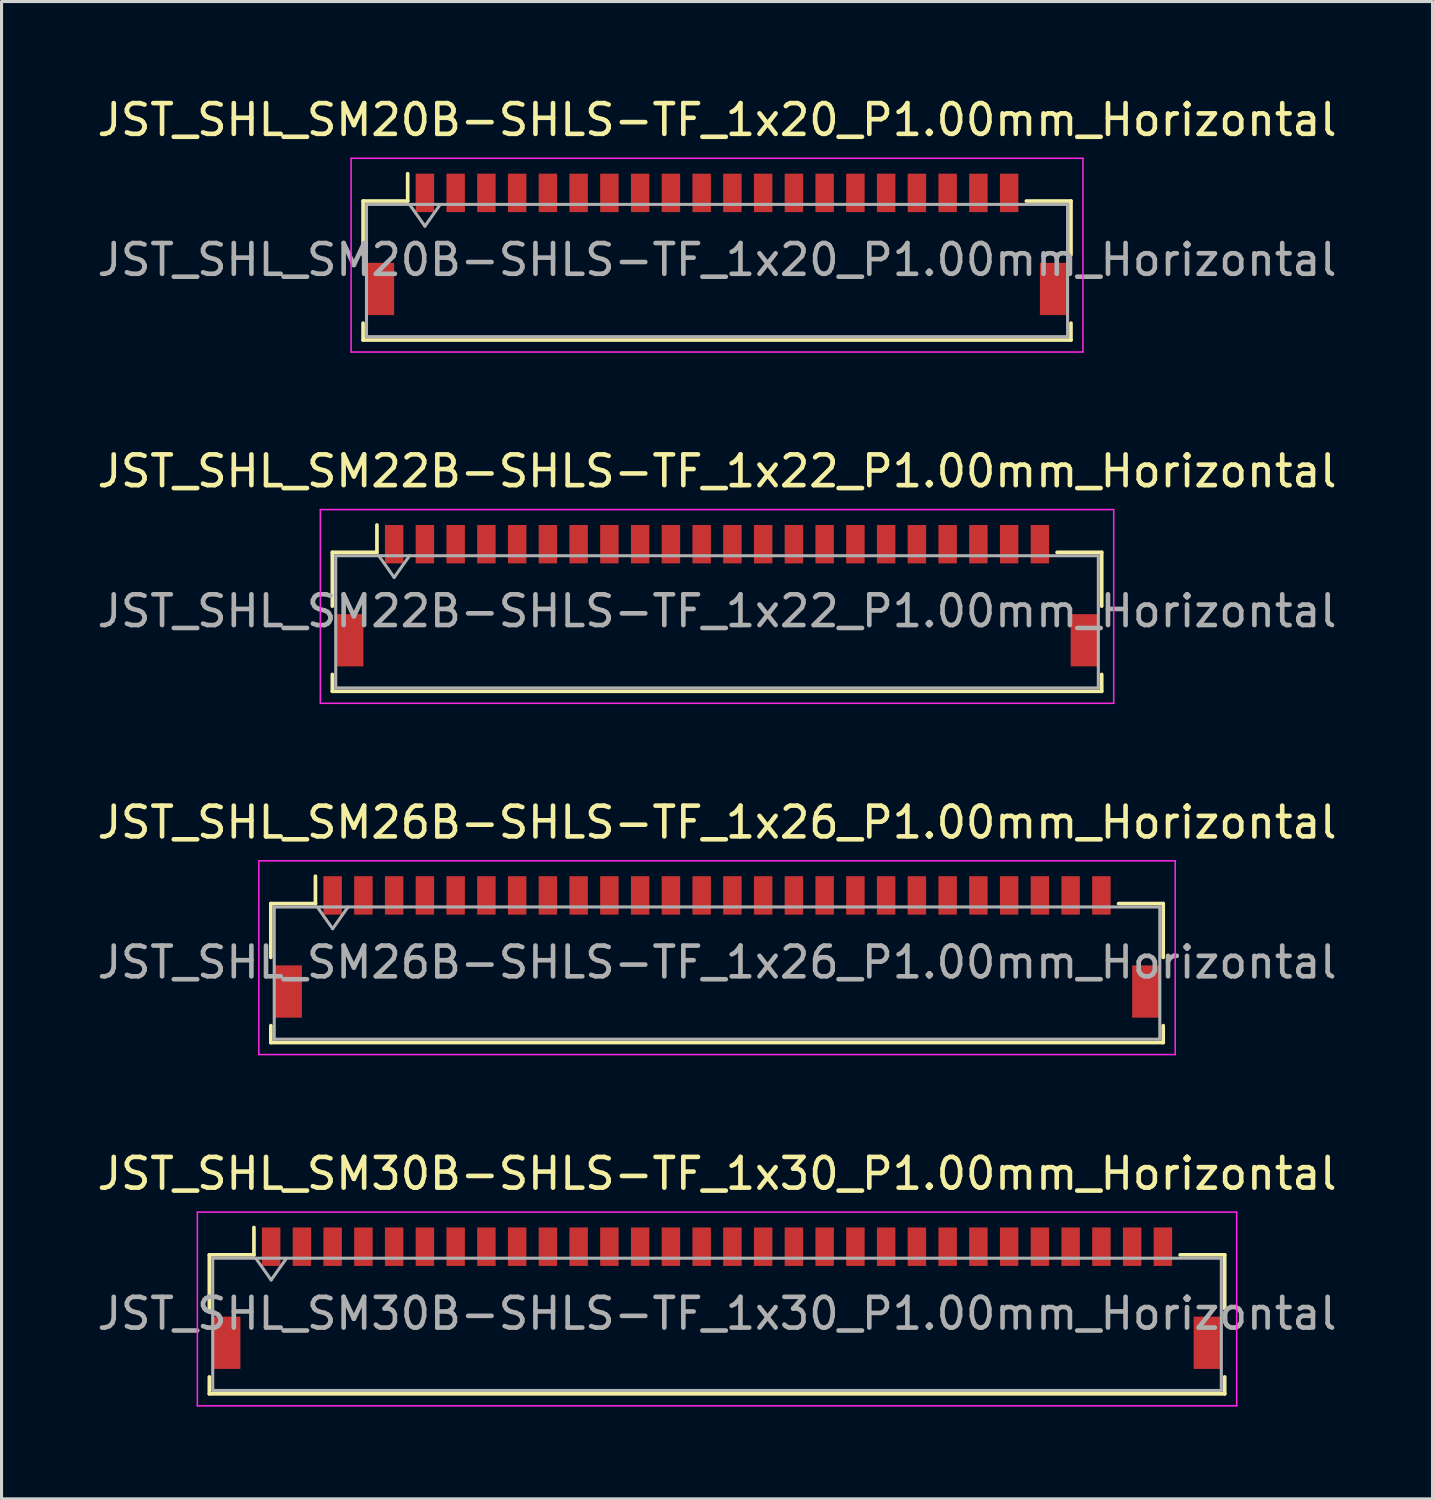
<source format=kicad_pcb>
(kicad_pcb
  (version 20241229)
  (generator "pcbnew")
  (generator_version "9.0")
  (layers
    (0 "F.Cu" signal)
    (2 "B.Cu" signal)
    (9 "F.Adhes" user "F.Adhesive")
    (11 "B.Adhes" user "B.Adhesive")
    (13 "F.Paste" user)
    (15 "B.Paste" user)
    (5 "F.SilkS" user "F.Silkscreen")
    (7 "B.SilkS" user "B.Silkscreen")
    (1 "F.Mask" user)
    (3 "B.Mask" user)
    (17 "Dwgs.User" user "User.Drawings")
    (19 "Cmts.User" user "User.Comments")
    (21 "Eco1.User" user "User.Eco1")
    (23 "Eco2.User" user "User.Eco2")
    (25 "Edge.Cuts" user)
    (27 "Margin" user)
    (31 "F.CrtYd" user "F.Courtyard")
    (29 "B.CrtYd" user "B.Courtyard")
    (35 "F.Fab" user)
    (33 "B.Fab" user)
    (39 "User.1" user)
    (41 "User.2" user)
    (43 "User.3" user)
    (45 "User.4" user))
  (footprint "JST_SHL_SM22B-SHLS-TF_1x22_P1.00mm_Horizontal"
    (layer "F.Cu")
    (at 20.268 16.322)
    (property "Reference" "JST_SHL_SM22B-SHLS-TF_1x22_P1.00mm_Horizontal" (at 0 -4.05 0) (layer "F.SilkS") (effects (font (size 1 1) (thickness 0.15))))
    (attr smd)
    (fp_line (start -12.51 -1.41) (end -11.06 -1.41) (stroke (width 0.12) (type solid)) (layer "F.SilkS"))
    (fp_line (start -12.51 0.34) (end -12.51 -1.41) (stroke (width 0.12) (type solid)) (layer "F.SilkS"))
    (fp_line (start -12.51 2.56) (end -12.51 3.11) (stroke (width 0.12) (type solid)) (layer "F.SilkS"))
    (fp_line (start -12.51 3.11) (end 12.51 3.11) (stroke (width 0.12) (type solid)) (layer "F.SilkS"))
    (fp_line (start -11.06 -1.41) (end -11.06 -2.3) (stroke (width 0.12) (type solid)) (layer "F.SilkS"))
    (fp_line (start 12.51 -1.41) (end 11.06 -1.41) (stroke (width 0.12) (type solid)) (layer "F.SilkS"))
    (fp_line (start 12.51 0.34) (end 12.51 -1.41) (stroke (width 0.12) (type solid)) (layer "F.SilkS"))
    (fp_line (start 12.51 3.11) (end 12.51 2.56) (stroke (width 0.12) (type solid)) (layer "F.SilkS"))
    (fp_line (start -12.9 -2.8) (end -12.9 3.5) (stroke (width 0.05) (type solid)) (layer "F.CrtYd"))
    (fp_line (start -12.9 3.5) (end 12.9 3.5) (stroke (width 0.05) (type solid)) (layer "F.CrtYd"))
    (fp_line (start 12.9 -2.8) (end -12.9 -2.8) (stroke (width 0.05) (type solid)) (layer "F.CrtYd"))
    (fp_line (start 12.9 3.5) (end 12.9 -2.8) (stroke (width 0.05) (type solid)) (layer "F.CrtYd"))
    (fp_line (start -12.4 -1.3) (end -12.4 3) (stroke (width 0.1) (type solid)) (layer "F.Fab"))
    (fp_line (start -12.4 -1.3) (end 12.4 -1.3) (stroke (width 0.1) (type solid)) (layer "F.Fab"))
    (fp_line (start -12.4 3) (end 12.4 3) (stroke (width 0.1) (type solid)) (layer "F.Fab"))
    (fp_line (start -11 -1.3) (end -10.5 -0.593) (stroke (width 0.1) (type solid)) (layer "F.Fab"))
    (fp_line (start -10.5 -0.593) (end -10 -1.3) (stroke (width 0.1) (type solid)) (layer "F.Fab"))
    (fp_line (start 12.4 -1.3) (end 12.4 3) (stroke (width 0.1) (type solid)) (layer "F.Fab"))
    (fp_text user "${REFERENCE}" (at 0 0.5 0) (layer "F.Fab") (effects (font (size 1 1) (thickness 0.15))))
    (pad "" smd rect (at -11.95 1.45) (size 0.9 1.7) (layers "F.Cu" "F.Mask" "F.Paste"))
    (pad "" smd rect (at 11.95 1.45) (size 0.9 1.7) (layers "F.Cu" "F.Mask" "F.Paste"))
    (pad "1" smd rect (at -10.5 -1.675) (size 0.6 1.25) (layers "F.Cu" "F.Mask" "F.Paste"))
    (pad "2" smd rect (at -9.5 -1.675) (size 0.6 1.25) (layers "F.Cu" "F.Mask" "F.Paste"))
    (pad "3" smd rect (at -8.5 -1.675) (size 0.6 1.25) (layers "F.Cu" "F.Mask" "F.Paste"))
    (pad "4" smd rect (at -7.5 -1.675) (size 0.6 1.25) (layers "F.Cu" "F.Mask" "F.Paste"))
    (pad "5" smd rect (at -6.5 -1.675) (size 0.6 1.25) (layers "F.Cu" "F.Mask" "F.Paste"))
    (pad "6" smd rect (at -5.5 -1.675) (size 0.6 1.25) (layers "F.Cu" "F.Mask" "F.Paste"))
    (pad "7" smd rect (at -4.5 -1.675) (size 0.6 1.25) (layers "F.Cu" "F.Mask" "F.Paste"))
    (pad "8" smd rect (at -3.5 -1.675) (size 0.6 1.25) (layers "F.Cu" "F.Mask" "F.Paste"))
    (pad "9" smd rect (at -2.5 -1.675) (size 0.6 1.25) (layers "F.Cu" "F.Mask" "F.Paste"))
    (pad "10" smd rect (at -1.5 -1.675) (size 0.6 1.25) (layers "F.Cu" "F.Mask" "F.Paste"))
    (pad "11" smd rect (at -0.5 -1.675) (size 0.6 1.25) (layers "F.Cu" "F.Mask" "F.Paste"))
    (pad "12" smd rect (at 0.5 -1.675) (size 0.6 1.25) (layers "F.Cu" "F.Mask" "F.Paste"))
    (pad "13" smd rect (at 1.5 -1.675) (size 0.6 1.25) (layers "F.Cu" "F.Mask" "F.Paste"))
    (pad "14" smd rect (at 2.5 -1.675) (size 0.6 1.25) (layers "F.Cu" "F.Mask" "F.Paste"))
    (pad "15" smd rect (at 3.5 -1.675) (size 0.6 1.25) (layers "F.Cu" "F.Mask" "F.Paste"))
    (pad "16" smd rect (at 4.5 -1.675) (size 0.6 1.25) (layers "F.Cu" "F.Mask" "F.Paste"))
    (pad "17" smd rect (at 5.5 -1.675) (size 0.6 1.25) (layers "F.Cu" "F.Mask" "F.Paste"))
    (pad "18" smd rect (at 6.5 -1.675) (size 0.6 1.25) (layers "F.Cu" "F.Mask" "F.Paste"))
    (pad "19" smd rect (at 7.5 -1.675) (size 0.6 1.25) (layers "F.Cu" "F.Mask" "F.Paste"))
    (pad "20" smd rect (at 8.5 -1.675) (size 0.6 1.25) (layers "F.Cu" "F.Mask" "F.Paste"))
    (pad "21" smd rect (at 9.5 -1.675) (size 0.6 1.25) (layers "F.Cu" "F.Mask" "F.Paste"))
    (pad "22" smd rect (at 10.5 -1.675) (size 0.6 1.25) (layers "F.Cu" "F.Mask" "F.Paste")))
  (footprint "JST_SHL_SM30B-SHLS-TF_1x30_P1.00mm_Horizontal"
    (layer "F.Cu")
    (at 20.268 39.168)
    (property "Reference" "JST_SHL_SM30B-SHLS-TF_1x30_P1.00mm_Horizontal" (at 0 -4.05 0) (layer "F.SilkS") (effects (font (size 1 1) (thickness 0.15))))
    (attr smd)
    (fp_line (start -16.51 -1.41) (end -15.06 -1.41) (stroke (width 0.12) (type solid)) (layer "F.SilkS"))
    (fp_line (start -16.51 0.34) (end -16.51 -1.41) (stroke (width 0.12) (type solid)) (layer "F.SilkS"))
    (fp_line (start -16.51 2.56) (end -16.51 3.11) (stroke (width 0.12) (type solid)) (layer "F.SilkS"))
    (fp_line (start -16.51 3.11) (end 16.51 3.11) (stroke (width 0.12) (type solid)) (layer "F.SilkS"))
    (fp_line (start -15.06 -1.41) (end -15.06 -2.3) (stroke (width 0.12) (type solid)) (layer "F.SilkS"))
    (fp_line (start 16.51 -1.41) (end 15.06 -1.41) (stroke (width 0.12) (type solid)) (layer "F.SilkS"))
    (fp_line (start 16.51 0.34) (end 16.51 -1.41) (stroke (width 0.12) (type solid)) (layer "F.SilkS"))
    (fp_line (start 16.51 3.11) (end 16.51 2.56) (stroke (width 0.12) (type solid)) (layer "F.SilkS"))
    (fp_line (start -16.9 -2.8) (end -16.9 3.5) (stroke (width 0.05) (type solid)) (layer "F.CrtYd"))
    (fp_line (start -16.9 3.5) (end 16.9 3.5) (stroke (width 0.05) (type solid)) (layer "F.CrtYd"))
    (fp_line (start 16.9 -2.8) (end -16.9 -2.8) (stroke (width 0.05) (type solid)) (layer "F.CrtYd"))
    (fp_line (start 16.9 3.5) (end 16.9 -2.8) (stroke (width 0.05) (type solid)) (layer "F.CrtYd"))
    (fp_line (start -16.4 -1.3) (end -16.4 3) (stroke (width 0.1) (type solid)) (layer "F.Fab"))
    (fp_line (start -16.4 -1.3) (end 16.4 -1.3) (stroke (width 0.1) (type solid)) (layer "F.Fab"))
    (fp_line (start -16.4 3) (end 16.4 3) (stroke (width 0.1) (type solid)) (layer "F.Fab"))
    (fp_line (start -15 -1.3) (end -14.5 -0.593) (stroke (width 0.1) (type solid)) (layer "F.Fab"))
    (fp_line (start -14.5 -0.593) (end -14 -1.3) (stroke (width 0.1) (type solid)) (layer "F.Fab"))
    (fp_line (start 16.4 -1.3) (end 16.4 3) (stroke (width 0.1) (type solid)) (layer "F.Fab"))
    (fp_text user "${REFERENCE}" (at 0 0.5 0) (layer "F.Fab") (effects (font (size 1 1) (thickness 0.15))))
    (pad "" smd rect (at -15.95 1.45) (size 0.9 1.7) (layers "F.Cu" "F.Mask" "F.Paste"))
    (pad "" smd rect (at 15.95 1.45) (size 0.9 1.7) (layers "F.Cu" "F.Mask" "F.Paste"))
    (pad "1" smd rect (at -14.5 -1.675) (size 0.6 1.25) (layers "F.Cu" "F.Mask" "F.Paste"))
    (pad "2" smd rect (at -13.5 -1.675) (size 0.6 1.25) (layers "F.Cu" "F.Mask" "F.Paste"))
    (pad "3" smd rect (at -12.5 -1.675) (size 0.6 1.25) (layers "F.Cu" "F.Mask" "F.Paste"))
    (pad "4" smd rect (at -11.5 -1.675) (size 0.6 1.25) (layers "F.Cu" "F.Mask" "F.Paste"))
    (pad "5" smd rect (at -10.5 -1.675) (size 0.6 1.25) (layers "F.Cu" "F.Mask" "F.Paste"))
    (pad "6" smd rect (at -9.5 -1.675) (size 0.6 1.25) (layers "F.Cu" "F.Mask" "F.Paste"))
    (pad "7" smd rect (at -8.5 -1.675) (size 0.6 1.25) (layers "F.Cu" "F.Mask" "F.Paste"))
    (pad "8" smd rect (at -7.5 -1.675) (size 0.6 1.25) (layers "F.Cu" "F.Mask" "F.Paste"))
    (pad "9" smd rect (at -6.5 -1.675) (size 0.6 1.25) (layers "F.Cu" "F.Mask" "F.Paste"))
    (pad "10" smd rect (at -5.5 -1.675) (size 0.6 1.25) (layers "F.Cu" "F.Mask" "F.Paste"))
    (pad "11" smd rect (at -4.5 -1.675) (size 0.6 1.25) (layers "F.Cu" "F.Mask" "F.Paste"))
    (pad "12" smd rect (at -3.5 -1.675) (size 0.6 1.25) (layers "F.Cu" "F.Mask" "F.Paste"))
    (pad "13" smd rect (at -2.5 -1.675) (size 0.6 1.25) (layers "F.Cu" "F.Mask" "F.Paste"))
    (pad "14" smd rect (at -1.5 -1.675) (size 0.6 1.25) (layers "F.Cu" "F.Mask" "F.Paste"))
    (pad "15" smd rect (at -0.5 -1.675) (size 0.6 1.25) (layers "F.Cu" "F.Mask" "F.Paste"))
    (pad "16" smd rect (at 0.5 -1.675) (size 0.6 1.25) (layers "F.Cu" "F.Mask" "F.Paste"))
    (pad "17" smd rect (at 1.5 -1.675) (size 0.6 1.25) (layers "F.Cu" "F.Mask" "F.Paste"))
    (pad "18" smd rect (at 2.5 -1.675) (size 0.6 1.25) (layers "F.Cu" "F.Mask" "F.Paste"))
    (pad "19" smd rect (at 3.5 -1.675) (size 0.6 1.25) (layers "F.Cu" "F.Mask" "F.Paste"))
    (pad "20" smd rect (at 4.5 -1.675) (size 0.6 1.25) (layers "F.Cu" "F.Mask" "F.Paste"))
    (pad "21" smd rect (at 5.5 -1.675) (size 0.6 1.25) (layers "F.Cu" "F.Mask" "F.Paste"))
    (pad "22" smd rect (at 6.5 -1.675) (size 0.6 1.25) (layers "F.Cu" "F.Mask" "F.Paste"))
    (pad "23" smd rect (at 7.5 -1.675) (size 0.6 1.25) (layers "F.Cu" "F.Mask" "F.Paste"))
    (pad "24" smd rect (at 8.5 -1.675) (size 0.6 1.25) (layers "F.Cu" "F.Mask" "F.Paste"))
    (pad "25" smd rect (at 9.5 -1.675) (size 0.6 1.25) (layers "F.Cu" "F.Mask" "F.Paste"))
    (pad "26" smd rect (at 10.5 -1.675) (size 0.6 1.25) (layers "F.Cu" "F.Mask" "F.Paste"))
    (pad "27" smd rect (at 11.5 -1.675) (size 0.6 1.25) (layers "F.Cu" "F.Mask" "F.Paste"))
    (pad "28" smd rect (at 12.5 -1.675) (size 0.6 1.25) (layers "F.Cu" "F.Mask" "F.Paste"))
    (pad "29" smd rect (at 13.5 -1.675) (size 0.6 1.25) (layers "F.Cu" "F.Mask" "F.Paste"))
    (pad "30" smd rect (at 14.5 -1.675) (size 0.6 1.25) (layers "F.Cu" "F.Mask" "F.Paste")))
  (footprint "JST_SHL_SM26B-SHLS-TF_1x26_P1.00mm_Horizontal"
    (layer "F.Cu")
    (at 20.268 27.745)
    (property "Reference" "JST_SHL_SM26B-SHLS-TF_1x26_P1.00mm_Horizontal" (at 0 -4.05 0) (layer "F.SilkS") (effects (font (size 1 1) (thickness 0.15))))
    (attr smd)
    (fp_line (start -14.51 -1.41) (end -13.06 -1.41) (stroke (width 0.12) (type solid)) (layer "F.SilkS"))
    (fp_line (start -14.51 0.34) (end -14.51 -1.41) (stroke (width 0.12) (type solid)) (layer "F.SilkS"))
    (fp_line (start -14.51 2.56) (end -14.51 3.11) (stroke (width 0.12) (type solid)) (layer "F.SilkS"))
    (fp_line (start -14.51 3.11) (end 14.51 3.11) (stroke (width 0.12) (type solid)) (layer "F.SilkS"))
    (fp_line (start -13.06 -1.41) (end -13.06 -2.3) (stroke (width 0.12) (type solid)) (layer "F.SilkS"))
    (fp_line (start 14.51 -1.41) (end 13.06 -1.41) (stroke (width 0.12) (type solid)) (layer "F.SilkS"))
    (fp_line (start 14.51 0.34) (end 14.51 -1.41) (stroke (width 0.12) (type solid)) (layer "F.SilkS"))
    (fp_line (start 14.51 3.11) (end 14.51 2.56) (stroke (width 0.12) (type solid)) (layer "F.SilkS"))
    (fp_line (start -14.9 -2.8) (end -14.9 3.5) (stroke (width 0.05) (type solid)) (layer "F.CrtYd"))
    (fp_line (start -14.9 3.5) (end 14.9 3.5) (stroke (width 0.05) (type solid)) (layer "F.CrtYd"))
    (fp_line (start 14.9 -2.8) (end -14.9 -2.8) (stroke (width 0.05) (type solid)) (layer "F.CrtYd"))
    (fp_line (start 14.9 3.5) (end 14.9 -2.8) (stroke (width 0.05) (type solid)) (layer "F.CrtYd"))
    (fp_line (start -14.4 -1.3) (end -14.4 3) (stroke (width 0.1) (type solid)) (layer "F.Fab"))
    (fp_line (start -14.4 -1.3) (end 14.4 -1.3) (stroke (width 0.1) (type solid)) (layer "F.Fab"))
    (fp_line (start -14.4 3) (end 14.4 3) (stroke (width 0.1) (type solid)) (layer "F.Fab"))
    (fp_line (start -13 -1.3) (end -12.5 -0.593) (stroke (width 0.1) (type solid)) (layer "F.Fab"))
    (fp_line (start -12.5 -0.593) (end -12 -1.3) (stroke (width 0.1) (type solid)) (layer "F.Fab"))
    (fp_line (start 14.4 -1.3) (end 14.4 3) (stroke (width 0.1) (type solid)) (layer "F.Fab"))
    (fp_text user "${REFERENCE}" (at 0 0.5 0) (layer "F.Fab") (effects (font (size 1 1) (thickness 0.15))))
    (pad "" smd rect (at -13.95 1.45) (size 0.9 1.7) (layers "F.Cu" "F.Mask" "F.Paste"))
    (pad "" smd rect (at 13.95 1.45) (size 0.9 1.7) (layers "F.Cu" "F.Mask" "F.Paste"))
    (pad "1" smd rect (at -12.5 -1.675) (size 0.6 1.25) (layers "F.Cu" "F.Mask" "F.Paste"))
    (pad "2" smd rect (at -11.5 -1.675) (size 0.6 1.25) (layers "F.Cu" "F.Mask" "F.Paste"))
    (pad "3" smd rect (at -10.5 -1.675) (size 0.6 1.25) (layers "F.Cu" "F.Mask" "F.Paste"))
    (pad "4" smd rect (at -9.5 -1.675) (size 0.6 1.25) (layers "F.Cu" "F.Mask" "F.Paste"))
    (pad "5" smd rect (at -8.5 -1.675) (size 0.6 1.25) (layers "F.Cu" "F.Mask" "F.Paste"))
    (pad "6" smd rect (at -7.5 -1.675) (size 0.6 1.25) (layers "F.Cu" "F.Mask" "F.Paste"))
    (pad "7" smd rect (at -6.5 -1.675) (size 0.6 1.25) (layers "F.Cu" "F.Mask" "F.Paste"))
    (pad "8" smd rect (at -5.5 -1.675) (size 0.6 1.25) (layers "F.Cu" "F.Mask" "F.Paste"))
    (pad "9" smd rect (at -4.5 -1.675) (size 0.6 1.25) (layers "F.Cu" "F.Mask" "F.Paste"))
    (pad "10" smd rect (at -3.5 -1.675) (size 0.6 1.25) (layers "F.Cu" "F.Mask" "F.Paste"))
    (pad "11" smd rect (at -2.5 -1.675) (size 0.6 1.25) (layers "F.Cu" "F.Mask" "F.Paste"))
    (pad "12" smd rect (at -1.5 -1.675) (size 0.6 1.25) (layers "F.Cu" "F.Mask" "F.Paste"))
    (pad "13" smd rect (at -0.5 -1.675) (size 0.6 1.25) (layers "F.Cu" "F.Mask" "F.Paste"))
    (pad "14" smd rect (at 0.5 -1.675) (size 0.6 1.25) (layers "F.Cu" "F.Mask" "F.Paste"))
    (pad "15" smd rect (at 1.5 -1.675) (size 0.6 1.25) (layers "F.Cu" "F.Mask" "F.Paste"))
    (pad "16" smd rect (at 2.5 -1.675) (size 0.6 1.25) (layers "F.Cu" "F.Mask" "F.Paste"))
    (pad "17" smd rect (at 3.5 -1.675) (size 0.6 1.25) (layers "F.Cu" "F.Mask" "F.Paste"))
    (pad "18" smd rect (at 4.5 -1.675) (size 0.6 1.25) (layers "F.Cu" "F.Mask" "F.Paste"))
    (pad "19" smd rect (at 5.5 -1.675) (size 0.6 1.25) (layers "F.Cu" "F.Mask" "F.Paste"))
    (pad "20" smd rect (at 6.5 -1.675) (size 0.6 1.25) (layers "F.Cu" "F.Mask" "F.Paste"))
    (pad "21" smd rect (at 7.5 -1.675) (size 0.6 1.25) (layers "F.Cu" "F.Mask" "F.Paste"))
    (pad "22" smd rect (at 8.5 -1.675) (size 0.6 1.25) (layers "F.Cu" "F.Mask" "F.Paste"))
    (pad "23" smd rect (at 9.5 -1.675) (size 0.6 1.25) (layers "F.Cu" "F.Mask" "F.Paste"))
    (pad "24" smd rect (at 10.5 -1.675) (size 0.6 1.25) (layers "F.Cu" "F.Mask" "F.Paste"))
    (pad "25" smd rect (at 11.5 -1.675) (size 0.6 1.25) (layers "F.Cu" "F.Mask" "F.Paste"))
    (pad "26" smd rect (at 12.5 -1.675) (size 0.6 1.25) (layers "F.Cu" "F.Mask" "F.Paste")))
  (footprint "JST_SHL_SM20B-SHLS-TF_1x20_P1.00mm_Horizontal"
    (layer "F.Cu")
    (at 20.268 4.898)
    (property "Reference" "JST_SHL_SM20B-SHLS-TF_1x20_P1.00mm_Horizontal" (at 0 -4.05 0) (layer "F.SilkS") (effects (font (size 1 1) (thickness 0.15))))
    (attr smd)
    (fp_line (start -11.51 -1.41) (end -10.06 -1.41) (stroke (width 0.12) (type solid)) (layer "F.SilkS"))
    (fp_line (start -11.51 0.34) (end -11.51 -1.41) (stroke (width 0.12) (type solid)) (layer "F.SilkS"))
    (fp_line (start -11.51 2.56) (end -11.51 3.11) (stroke (width 0.12) (type solid)) (layer "F.SilkS"))
    (fp_line (start -11.51 3.11) (end 11.51 3.11) (stroke (width 0.12) (type solid)) (layer "F.SilkS"))
    (fp_line (start -10.06 -1.41) (end -10.06 -2.3) (stroke (width 0.12) (type solid)) (layer "F.SilkS"))
    (fp_line (start 11.51 -1.41) (end 10.06 -1.41) (stroke (width 0.12) (type solid)) (layer "F.SilkS"))
    (fp_line (start 11.51 0.34) (end 11.51 -1.41) (stroke (width 0.12) (type solid)) (layer "F.SilkS"))
    (fp_line (start 11.51 3.11) (end 11.51 2.56) (stroke (width 0.12) (type solid)) (layer "F.SilkS"))
    (fp_line (start -11.9 -2.8) (end -11.9 3.5) (stroke (width 0.05) (type solid)) (layer "F.CrtYd"))
    (fp_line (start -11.9 3.5) (end 11.9 3.5) (stroke (width 0.05) (type solid)) (layer "F.CrtYd"))
    (fp_line (start 11.9 -2.8) (end -11.9 -2.8) (stroke (width 0.05) (type solid)) (layer "F.CrtYd"))
    (fp_line (start 11.9 3.5) (end 11.9 -2.8) (stroke (width 0.05) (type solid)) (layer "F.CrtYd"))
    (fp_line (start -11.4 -1.3) (end -11.4 3) (stroke (width 0.1) (type solid)) (layer "F.Fab"))
    (fp_line (start -11.4 -1.3) (end 11.4 -1.3) (stroke (width 0.1) (type solid)) (layer "F.Fab"))
    (fp_line (start -11.4 3) (end 11.4 3) (stroke (width 0.1) (type solid)) (layer "F.Fab"))
    (fp_line (start -10 -1.3) (end -9.5 -0.593) (stroke (width 0.1) (type solid)) (layer "F.Fab"))
    (fp_line (start -9.5 -0.593) (end -9 -1.3) (stroke (width 0.1) (type solid)) (layer "F.Fab"))
    (fp_line (start 11.4 -1.3) (end 11.4 3) (stroke (width 0.1) (type solid)) (layer "F.Fab"))
    (fp_text user "${REFERENCE}" (at 0 0.5 0) (layer "F.Fab") (effects (font (size 1 1) (thickness 0.15))))
    (pad "" smd rect (at -10.95 1.45) (size 0.9 1.7) (layers "F.Cu" "F.Mask" "F.Paste"))
    (pad "" smd rect (at 10.95 1.45) (size 0.9 1.7) (layers "F.Cu" "F.Mask" "F.Paste"))
    (pad "1" smd rect (at -9.5 -1.675) (size 0.6 1.25) (layers "F.Cu" "F.Mask" "F.Paste"))
    (pad "2" smd rect (at -8.5 -1.675) (size 0.6 1.25) (layers "F.Cu" "F.Mask" "F.Paste"))
    (pad "3" smd rect (at -7.5 -1.675) (size 0.6 1.25) (layers "F.Cu" "F.Mask" "F.Paste"))
    (pad "4" smd rect (at -6.5 -1.675) (size 0.6 1.25) (layers "F.Cu" "F.Mask" "F.Paste"))
    (pad "5" smd rect (at -5.5 -1.675) (size 0.6 1.25) (layers "F.Cu" "F.Mask" "F.Paste"))
    (pad "6" smd rect (at -4.5 -1.675) (size 0.6 1.25) (layers "F.Cu" "F.Mask" "F.Paste"))
    (pad "7" smd rect (at -3.5 -1.675) (size 0.6 1.25) (layers "F.Cu" "F.Mask" "F.Paste"))
    (pad "8" smd rect (at -2.5 -1.675) (size 0.6 1.25) (layers "F.Cu" "F.Mask" "F.Paste"))
    (pad "9" smd rect (at -1.5 -1.675) (size 0.6 1.25) (layers "F.Cu" "F.Mask" "F.Paste"))
    (pad "10" smd rect (at -0.5 -1.675) (size 0.6 1.25) (layers "F.Cu" "F.Mask" "F.Paste"))
    (pad "11" smd rect (at 0.5 -1.675) (size 0.6 1.25) (layers "F.Cu" "F.Mask" "F.Paste"))
    (pad "12" smd rect (at 1.5 -1.675) (size 0.6 1.25) (layers "F.Cu" "F.Mask" "F.Paste"))
    (pad "13" smd rect (at 2.5 -1.675) (size 0.6 1.25) (layers "F.Cu" "F.Mask" "F.Paste"))
    (pad "14" smd rect (at 3.5 -1.675) (size 0.6 1.25) (layers "F.Cu" "F.Mask" "F.Paste"))
    (pad "15" smd rect (at 4.5 -1.675) (size 0.6 1.25) (layers "F.Cu" "F.Mask" "F.Paste"))
    (pad "16" smd rect (at 5.5 -1.675) (size 0.6 1.25) (layers "F.Cu" "F.Mask" "F.Paste"))
    (pad "17" smd rect (at 6.5 -1.675) (size 0.6 1.25) (layers "F.Cu" "F.Mask" "F.Paste"))
    (pad "18" smd rect (at 7.5 -1.675) (size 0.6 1.25) (layers "F.Cu" "F.Mask" "F.Paste"))
    (pad "19" smd rect (at 8.5 -1.675) (size 0.6 1.25) (layers "F.Cu" "F.Mask" "F.Paste"))
    (pad "20" smd rect (at 9.5 -1.675) (size 0.6 1.25) (layers "F.Cu" "F.Mask" "F.Paste")))
  (gr_rect
    (start -3 -3)
    (end 43.536 45.693)
    (stroke (width 0.1) (type default))
    (fill no)
    (layer "Edge.Cuts")))
</source>
